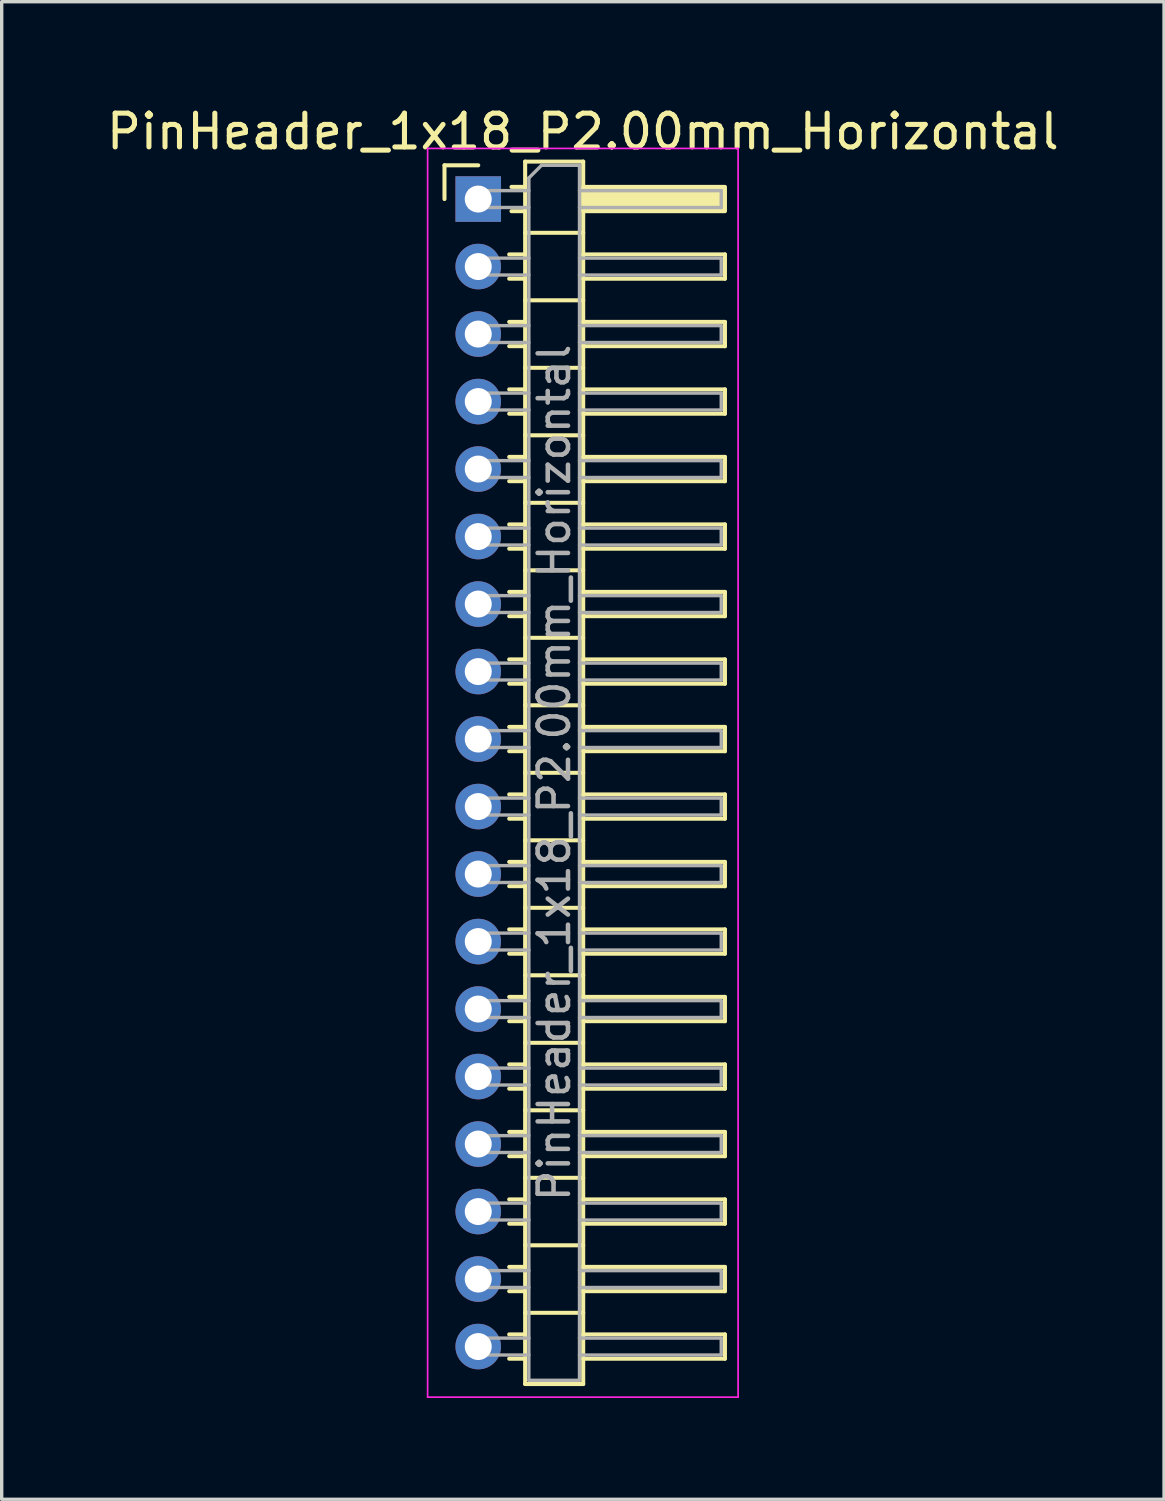
<source format=kicad_pcb>
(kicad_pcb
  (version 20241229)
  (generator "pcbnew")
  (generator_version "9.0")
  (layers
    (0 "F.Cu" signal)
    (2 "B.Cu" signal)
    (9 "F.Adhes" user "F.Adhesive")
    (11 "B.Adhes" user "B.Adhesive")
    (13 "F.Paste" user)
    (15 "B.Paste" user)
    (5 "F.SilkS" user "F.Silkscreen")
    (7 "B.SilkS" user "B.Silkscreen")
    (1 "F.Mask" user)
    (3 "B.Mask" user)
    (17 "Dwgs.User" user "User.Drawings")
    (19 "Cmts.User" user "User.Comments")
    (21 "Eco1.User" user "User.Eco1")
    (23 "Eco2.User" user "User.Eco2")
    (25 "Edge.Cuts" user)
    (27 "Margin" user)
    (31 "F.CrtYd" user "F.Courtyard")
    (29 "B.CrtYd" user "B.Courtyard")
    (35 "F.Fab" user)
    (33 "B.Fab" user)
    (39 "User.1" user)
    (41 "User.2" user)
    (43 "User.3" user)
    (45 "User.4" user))
  (footprint "PinHeader_1x18_P2.00mm_Horizontal"
    (layer "F.Cu")
    (at 11.12 2.848)
    (property "Reference" "PinHeader_1x18_P2.00mm_Horizontal" (at 3.1 -2 0) (layer "F.SilkS") (effects (font (size 1 1) (thickness 0.15))))
    (attr through_hole)
    (fp_line (start -1 -1) (end 0 -1) (stroke (width 0.12) (type solid)) (layer "F.SilkS"))
    (fp_line (start -1 0) (end -1 -1) (stroke (width 0.12) (type solid)) (layer "F.SilkS"))
    (fp_line (start 0.917 1.64) (end 1.39 1.64) (stroke (width 0.12) (type solid)) (layer "F.SilkS"))
    (fp_line (start 0.917 2.36) (end 1.39 2.36) (stroke (width 0.12) (type solid)) (layer "F.SilkS"))
    (fp_line (start 0.917 3.64) (end 1.39 3.64) (stroke (width 0.12) (type solid)) (layer "F.SilkS"))
    (fp_line (start 0.917 4.36) (end 1.39 4.36) (stroke (width 0.12) (type solid)) (layer "F.SilkS"))
    (fp_line (start 0.917 5.64) (end 1.39 5.64) (stroke (width 0.12) (type solid)) (layer "F.SilkS"))
    (fp_line (start 0.917 6.36) (end 1.39 6.36) (stroke (width 0.12) (type solid)) (layer "F.SilkS"))
    (fp_line (start 0.917 7.64) (end 1.39 7.64) (stroke (width 0.12) (type solid)) (layer "F.SilkS"))
    (fp_line (start 0.917 8.36) (end 1.39 8.36) (stroke (width 0.12) (type solid)) (layer "F.SilkS"))
    (fp_line (start 0.917 9.64) (end 1.39 9.64) (stroke (width 0.12) (type solid)) (layer "F.SilkS"))
    (fp_line (start 0.917 10.36) (end 1.39 10.36) (stroke (width 0.12) (type solid)) (layer "F.SilkS"))
    (fp_line (start 0.917 11.64) (end 1.39 11.64) (stroke (width 0.12) (type solid)) (layer "F.SilkS"))
    (fp_line (start 0.917 12.36) (end 1.39 12.36) (stroke (width 0.12) (type solid)) (layer "F.SilkS"))
    (fp_line (start 0.917 13.64) (end 1.39 13.64) (stroke (width 0.12) (type solid)) (layer "F.SilkS"))
    (fp_line (start 0.917 14.36) (end 1.39 14.36) (stroke (width 0.12) (type solid)) (layer "F.SilkS"))
    (fp_line (start 0.917 15.64) (end 1.39 15.64) (stroke (width 0.12) (type solid)) (layer "F.SilkS"))
    (fp_line (start 0.917 16.36) (end 1.39 16.36) (stroke (width 0.12) (type solid)) (layer "F.SilkS"))
    (fp_line (start 0.917 17.64) (end 1.39 17.64) (stroke (width 0.12) (type solid)) (layer "F.SilkS"))
    (fp_line (start 0.917 18.36) (end 1.39 18.36) (stroke (width 0.12) (type solid)) (layer "F.SilkS"))
    (fp_line (start 0.917 19.64) (end 1.39 19.64) (stroke (width 0.12) (type solid)) (layer "F.SilkS"))
    (fp_line (start 0.917 20.36) (end 1.39 20.36) (stroke (width 0.12) (type solid)) (layer "F.SilkS"))
    (fp_line (start 0.917 21.64) (end 1.39 21.64) (stroke (width 0.12) (type solid)) (layer "F.SilkS"))
    (fp_line (start 0.917 22.36) (end 1.39 22.36) (stroke (width 0.12) (type solid)) (layer "F.SilkS"))
    (fp_line (start 0.917 23.64) (end 1.39 23.64) (stroke (width 0.12) (type solid)) (layer "F.SilkS"))
    (fp_line (start 0.917 24.36) (end 1.39 24.36) (stroke (width 0.12) (type solid)) (layer "F.SilkS"))
    (fp_line (start 0.917 25.64) (end 1.39 25.64) (stroke (width 0.12) (type solid)) (layer "F.SilkS"))
    (fp_line (start 0.917 26.36) (end 1.39 26.36) (stroke (width 0.12) (type solid)) (layer "F.SilkS"))
    (fp_line (start 0.917 27.64) (end 1.39 27.64) (stroke (width 0.12) (type solid)) (layer "F.SilkS"))
    (fp_line (start 0.917 28.36) (end 1.39 28.36) (stroke (width 0.12) (type solid)) (layer "F.SilkS"))
    (fp_line (start 0.917 29.64) (end 1.39 29.64) (stroke (width 0.12) (type solid)) (layer "F.SilkS"))
    (fp_line (start 0.917 30.36) (end 1.39 30.36) (stroke (width 0.12) (type solid)) (layer "F.SilkS"))
    (fp_line (start 0.917 31.64) (end 1.39 31.64) (stroke (width 0.12) (type solid)) (layer "F.SilkS"))
    (fp_line (start 0.917 32.36) (end 1.39 32.36) (stroke (width 0.12) (type solid)) (layer "F.SilkS"))
    (fp_line (start 0.917 33.64) (end 1.39 33.64) (stroke (width 0.12) (type solid)) (layer "F.SilkS"))
    (fp_line (start 0.917 34.36) (end 1.39 34.36) (stroke (width 0.12) (type solid)) (layer "F.SilkS"))
    (fp_line (start 0.985 -0.36) (end 1.39 -0.36) (stroke (width 0.12) (type solid)) (layer "F.SilkS"))
    (fp_line (start 0.985 0.36) (end 1.39 0.36) (stroke (width 0.12) (type solid)) (layer "F.SilkS"))
    (fp_line (start 1.39 -1.11) (end 1.39 35.11) (stroke (width 0.12) (type solid)) (layer "F.SilkS"))
    (fp_line (start 1.39 1) (end 3.11 1) (stroke (width 0.12) (type solid)) (layer "F.SilkS"))
    (fp_line (start 1.39 3) (end 3.11 3) (stroke (width 0.12) (type solid)) (layer "F.SilkS"))
    (fp_line (start 1.39 5) (end 3.11 5) (stroke (width 0.12) (type solid)) (layer "F.SilkS"))
    (fp_line (start 1.39 7) (end 3.11 7) (stroke (width 0.12) (type solid)) (layer "F.SilkS"))
    (fp_line (start 1.39 9) (end 3.11 9) (stroke (width 0.12) (type solid)) (layer "F.SilkS"))
    (fp_line (start 1.39 11) (end 3.11 11) (stroke (width 0.12) (type solid)) (layer "F.SilkS"))
    (fp_line (start 1.39 13) (end 3.11 13) (stroke (width 0.12) (type solid)) (layer "F.SilkS"))
    (fp_line (start 1.39 15) (end 3.11 15) (stroke (width 0.12) (type solid)) (layer "F.SilkS"))
    (fp_line (start 1.39 17) (end 3.11 17) (stroke (width 0.12) (type solid)) (layer "F.SilkS"))
    (fp_line (start 1.39 19) (end 3.11 19) (stroke (width 0.12) (type solid)) (layer "F.SilkS"))
    (fp_line (start 1.39 21) (end 3.11 21) (stroke (width 0.12) (type solid)) (layer "F.SilkS"))
    (fp_line (start 1.39 23) (end 3.11 23) (stroke (width 0.12) (type solid)) (layer "F.SilkS"))
    (fp_line (start 1.39 25) (end 3.11 25) (stroke (width 0.12) (type solid)) (layer "F.SilkS"))
    (fp_line (start 1.39 27) (end 3.11 27) (stroke (width 0.12) (type solid)) (layer "F.SilkS"))
    (fp_line (start 1.39 29) (end 3.11 29) (stroke (width 0.12) (type solid)) (layer "F.SilkS"))
    (fp_line (start 1.39 31) (end 3.11 31) (stroke (width 0.12) (type solid)) (layer "F.SilkS"))
    (fp_line (start 1.39 33) (end 3.11 33) (stroke (width 0.12) (type solid)) (layer "F.SilkS"))
    (fp_line (start 1.39 35.11) (end 3.11 35.11) (stroke (width 0.12) (type solid)) (layer "F.SilkS"))
    (fp_line (start 3.11 -1.11) (end 1.39 -1.11) (stroke (width 0.12) (type solid)) (layer "F.SilkS"))
    (fp_line (start 3.11 1.64) (end 7.31 1.64) (stroke (width 0.12) (type solid)) (layer "F.SilkS"))
    (fp_line (start 3.11 3.64) (end 7.31 3.64) (stroke (width 0.12) (type solid)) (layer "F.SilkS"))
    (fp_line (start 3.11 5.64) (end 7.31 5.64) (stroke (width 0.12) (type solid)) (layer "F.SilkS"))
    (fp_line (start 3.11 7.64) (end 7.31 7.64) (stroke (width 0.12) (type solid)) (layer "F.SilkS"))
    (fp_line (start 3.11 9.64) (end 7.31 9.64) (stroke (width 0.12) (type solid)) (layer "F.SilkS"))
    (fp_line (start 3.11 11.64) (end 7.31 11.64) (stroke (width 0.12) (type solid)) (layer "F.SilkS"))
    (fp_line (start 3.11 13.64) (end 7.31 13.64) (stroke (width 0.12) (type solid)) (layer "F.SilkS"))
    (fp_line (start 3.11 15.64) (end 7.31 15.64) (stroke (width 0.12) (type solid)) (layer "F.SilkS"))
    (fp_line (start 3.11 17.64) (end 7.31 17.64) (stroke (width 0.12) (type solid)) (layer "F.SilkS"))
    (fp_line (start 3.11 19.64) (end 7.31 19.64) (stroke (width 0.12) (type solid)) (layer "F.SilkS"))
    (fp_line (start 3.11 21.64) (end 7.31 21.64) (stroke (width 0.12) (type solid)) (layer "F.SilkS"))
    (fp_line (start 3.11 23.64) (end 7.31 23.64) (stroke (width 0.12) (type solid)) (layer "F.SilkS"))
    (fp_line (start 3.11 25.64) (end 7.31 25.64) (stroke (width 0.12) (type solid)) (layer "F.SilkS"))
    (fp_line (start 3.11 27.64) (end 7.31 27.64) (stroke (width 0.12) (type solid)) (layer "F.SilkS"))
    (fp_line (start 3.11 29.64) (end 7.31 29.64) (stroke (width 0.12) (type solid)) (layer "F.SilkS"))
    (fp_line (start 3.11 31.64) (end 7.31 31.64) (stroke (width 0.12) (type solid)) (layer "F.SilkS"))
    (fp_line (start 3.11 33.64) (end 7.31 33.64) (stroke (width 0.12) (type solid)) (layer "F.SilkS"))
    (fp_line (start 3.11 35.11) (end 3.11 -1.11) (stroke (width 0.12) (type solid)) (layer "F.SilkS"))
    (fp_line (start 7.31 1.64) (end 7.31 2.36) (stroke (width 0.12) (type solid)) (layer "F.SilkS"))
    (fp_line (start 7.31 2.36) (end 3.11 2.36) (stroke (width 0.12) (type solid)) (layer "F.SilkS"))
    (fp_line (start 7.31 3.64) (end 7.31 4.36) (stroke (width 0.12) (type solid)) (layer "F.SilkS"))
    (fp_line (start 7.31 4.36) (end 3.11 4.36) (stroke (width 0.12) (type solid)) (layer "F.SilkS"))
    (fp_line (start 7.31 5.64) (end 7.31 6.36) (stroke (width 0.12) (type solid)) (layer "F.SilkS"))
    (fp_line (start 7.31 6.36) (end 3.11 6.36) (stroke (width 0.12) (type solid)) (layer "F.SilkS"))
    (fp_line (start 7.31 7.64) (end 7.31 8.36) (stroke (width 0.12) (type solid)) (layer "F.SilkS"))
    (fp_line (start 7.31 8.36) (end 3.11 8.36) (stroke (width 0.12) (type solid)) (layer "F.SilkS"))
    (fp_line (start 7.31 9.64) (end 7.31 10.36) (stroke (width 0.12) (type solid)) (layer "F.SilkS"))
    (fp_line (start 7.31 10.36) (end 3.11 10.36) (stroke (width 0.12) (type solid)) (layer "F.SilkS"))
    (fp_line (start 7.31 11.64) (end 7.31 12.36) (stroke (width 0.12) (type solid)) (layer "F.SilkS"))
    (fp_line (start 7.31 12.36) (end 3.11 12.36) (stroke (width 0.12) (type solid)) (layer "F.SilkS"))
    (fp_line (start 7.31 13.64) (end 7.31 14.36) (stroke (width 0.12) (type solid)) (layer "F.SilkS"))
    (fp_line (start 7.31 14.36) (end 3.11 14.36) (stroke (width 0.12) (type solid)) (layer "F.SilkS"))
    (fp_line (start 7.31 15.64) (end 7.31 16.36) (stroke (width 0.12) (type solid)) (layer "F.SilkS"))
    (fp_line (start 7.31 16.36) (end 3.11 16.36) (stroke (width 0.12) (type solid)) (layer "F.SilkS"))
    (fp_line (start 7.31 17.64) (end 7.31 18.36) (stroke (width 0.12) (type solid)) (layer "F.SilkS"))
    (fp_line (start 7.31 18.36) (end 3.11 18.36) (stroke (width 0.12) (type solid)) (layer "F.SilkS"))
    (fp_line (start 7.31 19.64) (end 7.31 20.36) (stroke (width 0.12) (type solid)) (layer "F.SilkS"))
    (fp_line (start 7.31 20.36) (end 3.11 20.36) (stroke (width 0.12) (type solid)) (layer "F.SilkS"))
    (fp_line (start 7.31 21.64) (end 7.31 22.36) (stroke (width 0.12) (type solid)) (layer "F.SilkS"))
    (fp_line (start 7.31 22.36) (end 3.11 22.36) (stroke (width 0.12) (type solid)) (layer "F.SilkS"))
    (fp_line (start 7.31 23.64) (end 7.31 24.36) (stroke (width 0.12) (type solid)) (layer "F.SilkS"))
    (fp_line (start 7.31 24.36) (end 3.11 24.36) (stroke (width 0.12) (type solid)) (layer "F.SilkS"))
    (fp_line (start 7.31 25.64) (end 7.31 26.36) (stroke (width 0.12) (type solid)) (layer "F.SilkS"))
    (fp_line (start 7.31 26.36) (end 3.11 26.36) (stroke (width 0.12) (type solid)) (layer "F.SilkS"))
    (fp_line (start 7.31 27.64) (end 7.31 28.36) (stroke (width 0.12) (type solid)) (layer "F.SilkS"))
    (fp_line (start 7.31 28.36) (end 3.11 28.36) (stroke (width 0.12) (type solid)) (layer "F.SilkS"))
    (fp_line (start 7.31 29.64) (end 7.31 30.36) (stroke (width 0.12) (type solid)) (layer "F.SilkS"))
    (fp_line (start 7.31 30.36) (end 3.11 30.36) (stroke (width 0.12) (type solid)) (layer "F.SilkS"))
    (fp_line (start 7.31 31.64) (end 7.31 32.36) (stroke (width 0.12) (type solid)) (layer "F.SilkS"))
    (fp_line (start 7.31 32.36) (end 3.11 32.36) (stroke (width 0.12) (type solid)) (layer "F.SilkS"))
    (fp_line (start 7.31 33.64) (end 7.31 34.36) (stroke (width 0.12) (type solid)) (layer "F.SilkS"))
    (fp_line (start 7.31 34.36) (end 3.11 34.36) (stroke (width 0.12) (type solid)) (layer "F.SilkS"))
    (fp_rect (start 3.11 -0.36) (end 7.31 0.36) (stroke (width 0.12) (type solid)) (fill yes) (layer "F.SilkS"))
    (fp_line (start -1.5 -1.5) (end -1.5 35.5) (stroke (width 0.05) (type solid)) (layer "F.CrtYd"))
    (fp_line (start -1.5 35.5) (end 7.7 35.5) (stroke (width 0.05) (type solid)) (layer "F.CrtYd"))
    (fp_line (start 7.7 -1.5) (end -1.5 -1.5) (stroke (width 0.05) (type solid)) (layer "F.CrtYd"))
    (fp_line (start 7.7 35.5) (end 7.7 -1.5) (stroke (width 0.05) (type solid)) (layer "F.CrtYd"))
    (fp_line (start -0.25 -0.25) (end -0.25 0.25) (stroke (width 0.1) (type solid)) (layer "F.Fab"))
    (fp_line (start -0.25 -0.25) (end 1.5 -0.25) (stroke (width 0.1) (type solid)) (layer "F.Fab"))
    (fp_line (start -0.25 0.25) (end 1.5 0.25) (stroke (width 0.1) (type solid)) (layer "F.Fab"))
    (fp_line (start -0.25 1.75) (end -0.25 2.25) (stroke (width 0.1) (type solid)) (layer "F.Fab"))
    (fp_line (start -0.25 1.75) (end 1.5 1.75) (stroke (width 0.1) (type solid)) (layer "F.Fab"))
    (fp_line (start -0.25 2.25) (end 1.5 2.25) (stroke (width 0.1) (type solid)) (layer "F.Fab"))
    (fp_line (start -0.25 3.75) (end -0.25 4.25) (stroke (width 0.1) (type solid)) (layer "F.Fab"))
    (fp_line (start -0.25 3.75) (end 1.5 3.75) (stroke (width 0.1) (type solid)) (layer "F.Fab"))
    (fp_line (start -0.25 4.25) (end 1.5 4.25) (stroke (width 0.1) (type solid)) (layer "F.Fab"))
    (fp_line (start -0.25 5.75) (end -0.25 6.25) (stroke (width 0.1) (type solid)) (layer "F.Fab"))
    (fp_line (start -0.25 5.75) (end 1.5 5.75) (stroke (width 0.1) (type solid)) (layer "F.Fab"))
    (fp_line (start -0.25 6.25) (end 1.5 6.25) (stroke (width 0.1) (type solid)) (layer "F.Fab"))
    (fp_line (start -0.25 7.75) (end -0.25 8.25) (stroke (width 0.1) (type solid)) (layer "F.Fab"))
    (fp_line (start -0.25 7.75) (end 1.5 7.75) (stroke (width 0.1) (type solid)) (layer "F.Fab"))
    (fp_line (start -0.25 8.25) (end 1.5 8.25) (stroke (width 0.1) (type solid)) (layer "F.Fab"))
    (fp_line (start -0.25 9.75) (end -0.25 10.25) (stroke (width 0.1) (type solid)) (layer "F.Fab"))
    (fp_line (start -0.25 9.75) (end 1.5 9.75) (stroke (width 0.1) (type solid)) (layer "F.Fab"))
    (fp_line (start -0.25 10.25) (end 1.5 10.25) (stroke (width 0.1) (type solid)) (layer "F.Fab"))
    (fp_line (start -0.25 11.75) (end -0.25 12.25) (stroke (width 0.1) (type solid)) (layer "F.Fab"))
    (fp_line (start -0.25 11.75) (end 1.5 11.75) (stroke (width 0.1) (type solid)) (layer "F.Fab"))
    (fp_line (start -0.25 12.25) (end 1.5 12.25) (stroke (width 0.1) (type solid)) (layer "F.Fab"))
    (fp_line (start -0.25 13.75) (end -0.25 14.25) (stroke (width 0.1) (type solid)) (layer "F.Fab"))
    (fp_line (start -0.25 13.75) (end 1.5 13.75) (stroke (width 0.1) (type solid)) (layer "F.Fab"))
    (fp_line (start -0.25 14.25) (end 1.5 14.25) (stroke (width 0.1) (type solid)) (layer "F.Fab"))
    (fp_line (start -0.25 15.75) (end -0.25 16.25) (stroke (width 0.1) (type solid)) (layer "F.Fab"))
    (fp_line (start -0.25 15.75) (end 1.5 15.75) (stroke (width 0.1) (type solid)) (layer "F.Fab"))
    (fp_line (start -0.25 16.25) (end 1.5 16.25) (stroke (width 0.1) (type solid)) (layer "F.Fab"))
    (fp_line (start -0.25 17.75) (end -0.25 18.25) (stroke (width 0.1) (type solid)) (layer "F.Fab"))
    (fp_line (start -0.25 17.75) (end 1.5 17.75) (stroke (width 0.1) (type solid)) (layer "F.Fab"))
    (fp_line (start -0.25 18.25) (end 1.5 18.25) (stroke (width 0.1) (type solid)) (layer "F.Fab"))
    (fp_line (start -0.25 19.75) (end -0.25 20.25) (stroke (width 0.1) (type solid)) (layer "F.Fab"))
    (fp_line (start -0.25 19.75) (end 1.5 19.75) (stroke (width 0.1) (type solid)) (layer "F.Fab"))
    (fp_line (start -0.25 20.25) (end 1.5 20.25) (stroke (width 0.1) (type solid)) (layer "F.Fab"))
    (fp_line (start -0.25 21.75) (end -0.25 22.25) (stroke (width 0.1) (type solid)) (layer "F.Fab"))
    (fp_line (start -0.25 21.75) (end 1.5 21.75) (stroke (width 0.1) (type solid)) (layer "F.Fab"))
    (fp_line (start -0.25 22.25) (end 1.5 22.25) (stroke (width 0.1) (type solid)) (layer "F.Fab"))
    (fp_line (start -0.25 23.75) (end -0.25 24.25) (stroke (width 0.1) (type solid)) (layer "F.Fab"))
    (fp_line (start -0.25 23.75) (end 1.5 23.75) (stroke (width 0.1) (type solid)) (layer "F.Fab"))
    (fp_line (start -0.25 24.25) (end 1.5 24.25) (stroke (width 0.1) (type solid)) (layer "F.Fab"))
    (fp_line (start -0.25 25.75) (end -0.25 26.25) (stroke (width 0.1) (type solid)) (layer "F.Fab"))
    (fp_line (start -0.25 25.75) (end 1.5 25.75) (stroke (width 0.1) (type solid)) (layer "F.Fab"))
    (fp_line (start -0.25 26.25) (end 1.5 26.25) (stroke (width 0.1) (type solid)) (layer "F.Fab"))
    (fp_line (start -0.25 27.75) (end -0.25 28.25) (stroke (width 0.1) (type solid)) (layer "F.Fab"))
    (fp_line (start -0.25 27.75) (end 1.5 27.75) (stroke (width 0.1) (type solid)) (layer "F.Fab"))
    (fp_line (start -0.25 28.25) (end 1.5 28.25) (stroke (width 0.1) (type solid)) (layer "F.Fab"))
    (fp_line (start -0.25 29.75) (end -0.25 30.25) (stroke (width 0.1) (type solid)) (layer "F.Fab"))
    (fp_line (start -0.25 29.75) (end 1.5 29.75) (stroke (width 0.1) (type solid)) (layer "F.Fab"))
    (fp_line (start -0.25 30.25) (end 1.5 30.25) (stroke (width 0.1) (type solid)) (layer "F.Fab"))
    (fp_line (start -0.25 31.75) (end -0.25 32.25) (stroke (width 0.1) (type solid)) (layer "F.Fab"))
    (fp_line (start -0.25 31.75) (end 1.5 31.75) (stroke (width 0.1) (type solid)) (layer "F.Fab"))
    (fp_line (start -0.25 32.25) (end 1.5 32.25) (stroke (width 0.1) (type solid)) (layer "F.Fab"))
    (fp_line (start -0.25 33.75) (end -0.25 34.25) (stroke (width 0.1) (type solid)) (layer "F.Fab"))
    (fp_line (start -0.25 33.75) (end 1.5 33.75) (stroke (width 0.1) (type solid)) (layer "F.Fab"))
    (fp_line (start -0.25 34.25) (end 1.5 34.25) (stroke (width 0.1) (type solid)) (layer "F.Fab"))
    (fp_line (start 1.5 -0.625) (end 1.875 -1) (stroke (width 0.1) (type solid)) (layer "F.Fab"))
    (fp_line (start 1.5 35) (end 1.5 -0.625) (stroke (width 0.1) (type solid)) (layer "F.Fab"))
    (fp_line (start 1.875 -1) (end 3 -1) (stroke (width 0.1) (type solid)) (layer "F.Fab"))
    (fp_line (start 3 -1) (end 3 35) (stroke (width 0.1) (type solid)) (layer "F.Fab"))
    (fp_line (start 3 -0.25) (end 7.2 -0.25) (stroke (width 0.1) (type solid)) (layer "F.Fab"))
    (fp_line (start 3 0.25) (end 7.2 0.25) (stroke (width 0.1) (type solid)) (layer "F.Fab"))
    (fp_line (start 3 1.75) (end 7.2 1.75) (stroke (width 0.1) (type solid)) (layer "F.Fab"))
    (fp_line (start 3 2.25) (end 7.2 2.25) (stroke (width 0.1) (type solid)) (layer "F.Fab"))
    (fp_line (start 3 3.75) (end 7.2 3.75) (stroke (width 0.1) (type solid)) (layer "F.Fab"))
    (fp_line (start 3 4.25) (end 7.2 4.25) (stroke (width 0.1) (type solid)) (layer "F.Fab"))
    (fp_line (start 3 5.75) (end 7.2 5.75) (stroke (width 0.1) (type solid)) (layer "F.Fab"))
    (fp_line (start 3 6.25) (end 7.2 6.25) (stroke (width 0.1) (type solid)) (layer "F.Fab"))
    (fp_line (start 3 7.75) (end 7.2 7.75) (stroke (width 0.1) (type solid)) (layer "F.Fab"))
    (fp_line (start 3 8.25) (end 7.2 8.25) (stroke (width 0.1) (type solid)) (layer "F.Fab"))
    (fp_line (start 3 9.75) (end 7.2 9.75) (stroke (width 0.1) (type solid)) (layer "F.Fab"))
    (fp_line (start 3 10.25) (end 7.2 10.25) (stroke (width 0.1) (type solid)) (layer "F.Fab"))
    (fp_line (start 3 11.75) (end 7.2 11.75) (stroke (width 0.1) (type solid)) (layer "F.Fab"))
    (fp_line (start 3 12.25) (end 7.2 12.25) (stroke (width 0.1) (type solid)) (layer "F.Fab"))
    (fp_line (start 3 13.75) (end 7.2 13.75) (stroke (width 0.1) (type solid)) (layer "F.Fab"))
    (fp_line (start 3 14.25) (end 7.2 14.25) (stroke (width 0.1) (type solid)) (layer "F.Fab"))
    (fp_line (start 3 15.75) (end 7.2 15.75) (stroke (width 0.1) (type solid)) (layer "F.Fab"))
    (fp_line (start 3 16.25) (end 7.2 16.25) (stroke (width 0.1) (type solid)) (layer "F.Fab"))
    (fp_line (start 3 17.75) (end 7.2 17.75) (stroke (width 0.1) (type solid)) (layer "F.Fab"))
    (fp_line (start 3 18.25) (end 7.2 18.25) (stroke (width 0.1) (type solid)) (layer "F.Fab"))
    (fp_line (start 3 19.75) (end 7.2 19.75) (stroke (width 0.1) (type solid)) (layer "F.Fab"))
    (fp_line (start 3 20.25) (end 7.2 20.25) (stroke (width 0.1) (type solid)) (layer "F.Fab"))
    (fp_line (start 3 21.75) (end 7.2 21.75) (stroke (width 0.1) (type solid)) (layer "F.Fab"))
    (fp_line (start 3 22.25) (end 7.2 22.25) (stroke (width 0.1) (type solid)) (layer "F.Fab"))
    (fp_line (start 3 23.75) (end 7.2 23.75) (stroke (width 0.1) (type solid)) (layer "F.Fab"))
    (fp_line (start 3 24.25) (end 7.2 24.25) (stroke (width 0.1) (type solid)) (layer "F.Fab"))
    (fp_line (start 3 25.75) (end 7.2 25.75) (stroke (width 0.1) (type solid)) (layer "F.Fab"))
    (fp_line (start 3 26.25) (end 7.2 26.25) (stroke (width 0.1) (type solid)) (layer "F.Fab"))
    (fp_line (start 3 27.75) (end 7.2 27.75) (stroke (width 0.1) (type solid)) (layer "F.Fab"))
    (fp_line (start 3 28.25) (end 7.2 28.25) (stroke (width 0.1) (type solid)) (layer "F.Fab"))
    (fp_line (start 3 29.75) (end 7.2 29.75) (stroke (width 0.1) (type solid)) (layer "F.Fab"))
    (fp_line (start 3 30.25) (end 7.2 30.25) (stroke (width 0.1) (type solid)) (layer "F.Fab"))
    (fp_line (start 3 31.75) (end 7.2 31.75) (stroke (width 0.1) (type solid)) (layer "F.Fab"))
    (fp_line (start 3 32.25) (end 7.2 32.25) (stroke (width 0.1) (type solid)) (layer "F.Fab"))
    (fp_line (start 3 33.75) (end 7.2 33.75) (stroke (width 0.1) (type solid)) (layer "F.Fab"))
    (fp_line (start 3 34.25) (end 7.2 34.25) (stroke (width 0.1) (type solid)) (layer "F.Fab"))
    (fp_line (start 3 35) (end 1.5 35) (stroke (width 0.1) (type solid)) (layer "F.Fab"))
    (fp_line (start 7.2 -0.25) (end 7.2 0.25) (stroke (width 0.1) (type solid)) (layer "F.Fab"))
    (fp_line (start 7.2 1.75) (end 7.2 2.25) (stroke (width 0.1) (type solid)) (layer "F.Fab"))
    (fp_line (start 7.2 3.75) (end 7.2 4.25) (stroke (width 0.1) (type solid)) (layer "F.Fab"))
    (fp_line (start 7.2 5.75) (end 7.2 6.25) (stroke (width 0.1) (type solid)) (layer "F.Fab"))
    (fp_line (start 7.2 7.75) (end 7.2 8.25) (stroke (width 0.1) (type solid)) (layer "F.Fab"))
    (fp_line (start 7.2 9.75) (end 7.2 10.25) (stroke (width 0.1) (type solid)) (layer "F.Fab"))
    (fp_line (start 7.2 11.75) (end 7.2 12.25) (stroke (width 0.1) (type solid)) (layer "F.Fab"))
    (fp_line (start 7.2 13.75) (end 7.2 14.25) (stroke (width 0.1) (type solid)) (layer "F.Fab"))
    (fp_line (start 7.2 15.75) (end 7.2 16.25) (stroke (width 0.1) (type solid)) (layer "F.Fab"))
    (fp_line (start 7.2 17.75) (end 7.2 18.25) (stroke (width 0.1) (type solid)) (layer "F.Fab"))
    (fp_line (start 7.2 19.75) (end 7.2 20.25) (stroke (width 0.1) (type solid)) (layer "F.Fab"))
    (fp_line (start 7.2 21.75) (end 7.2 22.25) (stroke (width 0.1) (type solid)) (layer "F.Fab"))
    (fp_line (start 7.2 23.75) (end 7.2 24.25) (stroke (width 0.1) (type solid)) (layer "F.Fab"))
    (fp_line (start 7.2 25.75) (end 7.2 26.25) (stroke (width 0.1) (type solid)) (layer "F.Fab"))
    (fp_line (start 7.2 27.75) (end 7.2 28.25) (stroke (width 0.1) (type solid)) (layer "F.Fab"))
    (fp_line (start 7.2 29.75) (end 7.2 30.25) (stroke (width 0.1) (type solid)) (layer "F.Fab"))
    (fp_line (start 7.2 31.75) (end 7.2 32.25) (stroke (width 0.1) (type solid)) (layer "F.Fab"))
    (fp_line (start 7.2 33.75) (end 7.2 34.25) (stroke (width 0.1) (type solid)) (layer "F.Fab"))
    (fp_text user "${REFERENCE}" (at 2.25 17 90) (layer "F.Fab") (effects (font (size 0.9 0.9) (thickness 0.135))))
    (pad "1" thru_hole rect (at 0 0) (size 1.35 1.35) (drill 0.8) (layers "*.Cu" "*.Mask"))
    (pad "2" thru_hole circle (at 0 2) (size 1.35 1.35) (drill 0.8) (layers "*.Cu" "*.Mask"))
    (pad "3" thru_hole circle (at 0 4) (size 1.35 1.35) (drill 0.8) (layers "*.Cu" "*.Mask"))
    (pad "4" thru_hole circle (at 0 6) (size 1.35 1.35) (drill 0.8) (layers "*.Cu" "*.Mask"))
    (pad "5" thru_hole circle (at 0 8) (size 1.35 1.35) (drill 0.8) (layers "*.Cu" "*.Mask"))
    (pad "6" thru_hole circle (at 0 10) (size 1.35 1.35) (drill 0.8) (layers "*.Cu" "*.Mask"))
    (pad "7" thru_hole circle (at 0 12) (size 1.35 1.35) (drill 0.8) (layers "*.Cu" "*.Mask"))
    (pad "8" thru_hole circle (at 0 14) (size 1.35 1.35) (drill 0.8) (layers "*.Cu" "*.Mask"))
    (pad "9" thru_hole circle (at 0 16) (size 1.35 1.35) (drill 0.8) (layers "*.Cu" "*.Mask"))
    (pad "10" thru_hole circle (at 0 18) (size 1.35 1.35) (drill 0.8) (layers "*.Cu" "*.Mask"))
    (pad "11" thru_hole circle (at 0 20) (size 1.35 1.35) (drill 0.8) (layers "*.Cu" "*.Mask"))
    (pad "12" thru_hole circle (at 0 22) (size 1.35 1.35) (drill 0.8) (layers "*.Cu" "*.Mask"))
    (pad "13" thru_hole circle (at 0 24) (size 1.35 1.35) (drill 0.8) (layers "*.Cu" "*.Mask"))
    (pad "14" thru_hole circle (at 0 26) (size 1.35 1.35) (drill 0.8) (layers "*.Cu" "*.Mask"))
    (pad "15" thru_hole circle (at 0 28) (size 1.35 1.35) (drill 0.8) (layers "*.Cu" "*.Mask"))
    (pad "16" thru_hole circle (at 0 30) (size 1.35 1.35) (drill 0.8) (layers "*.Cu" "*.Mask"))
    (pad "17" thru_hole circle (at 0 32) (size 1.35 1.35) (drill 0.8) (layers "*.Cu" "*.Mask"))
    (pad "18" thru_hole circle (at 0 34) (size 1.35 1.35) (drill 0.8) (layers "*.Cu" "*.Mask")))
  (gr_rect
    (start -3 -3)
    (end 31.44 41.373)
    (stroke (width 0.1) (type default))
    (fill no)
    (layer "Edge.Cuts")))
</source>
